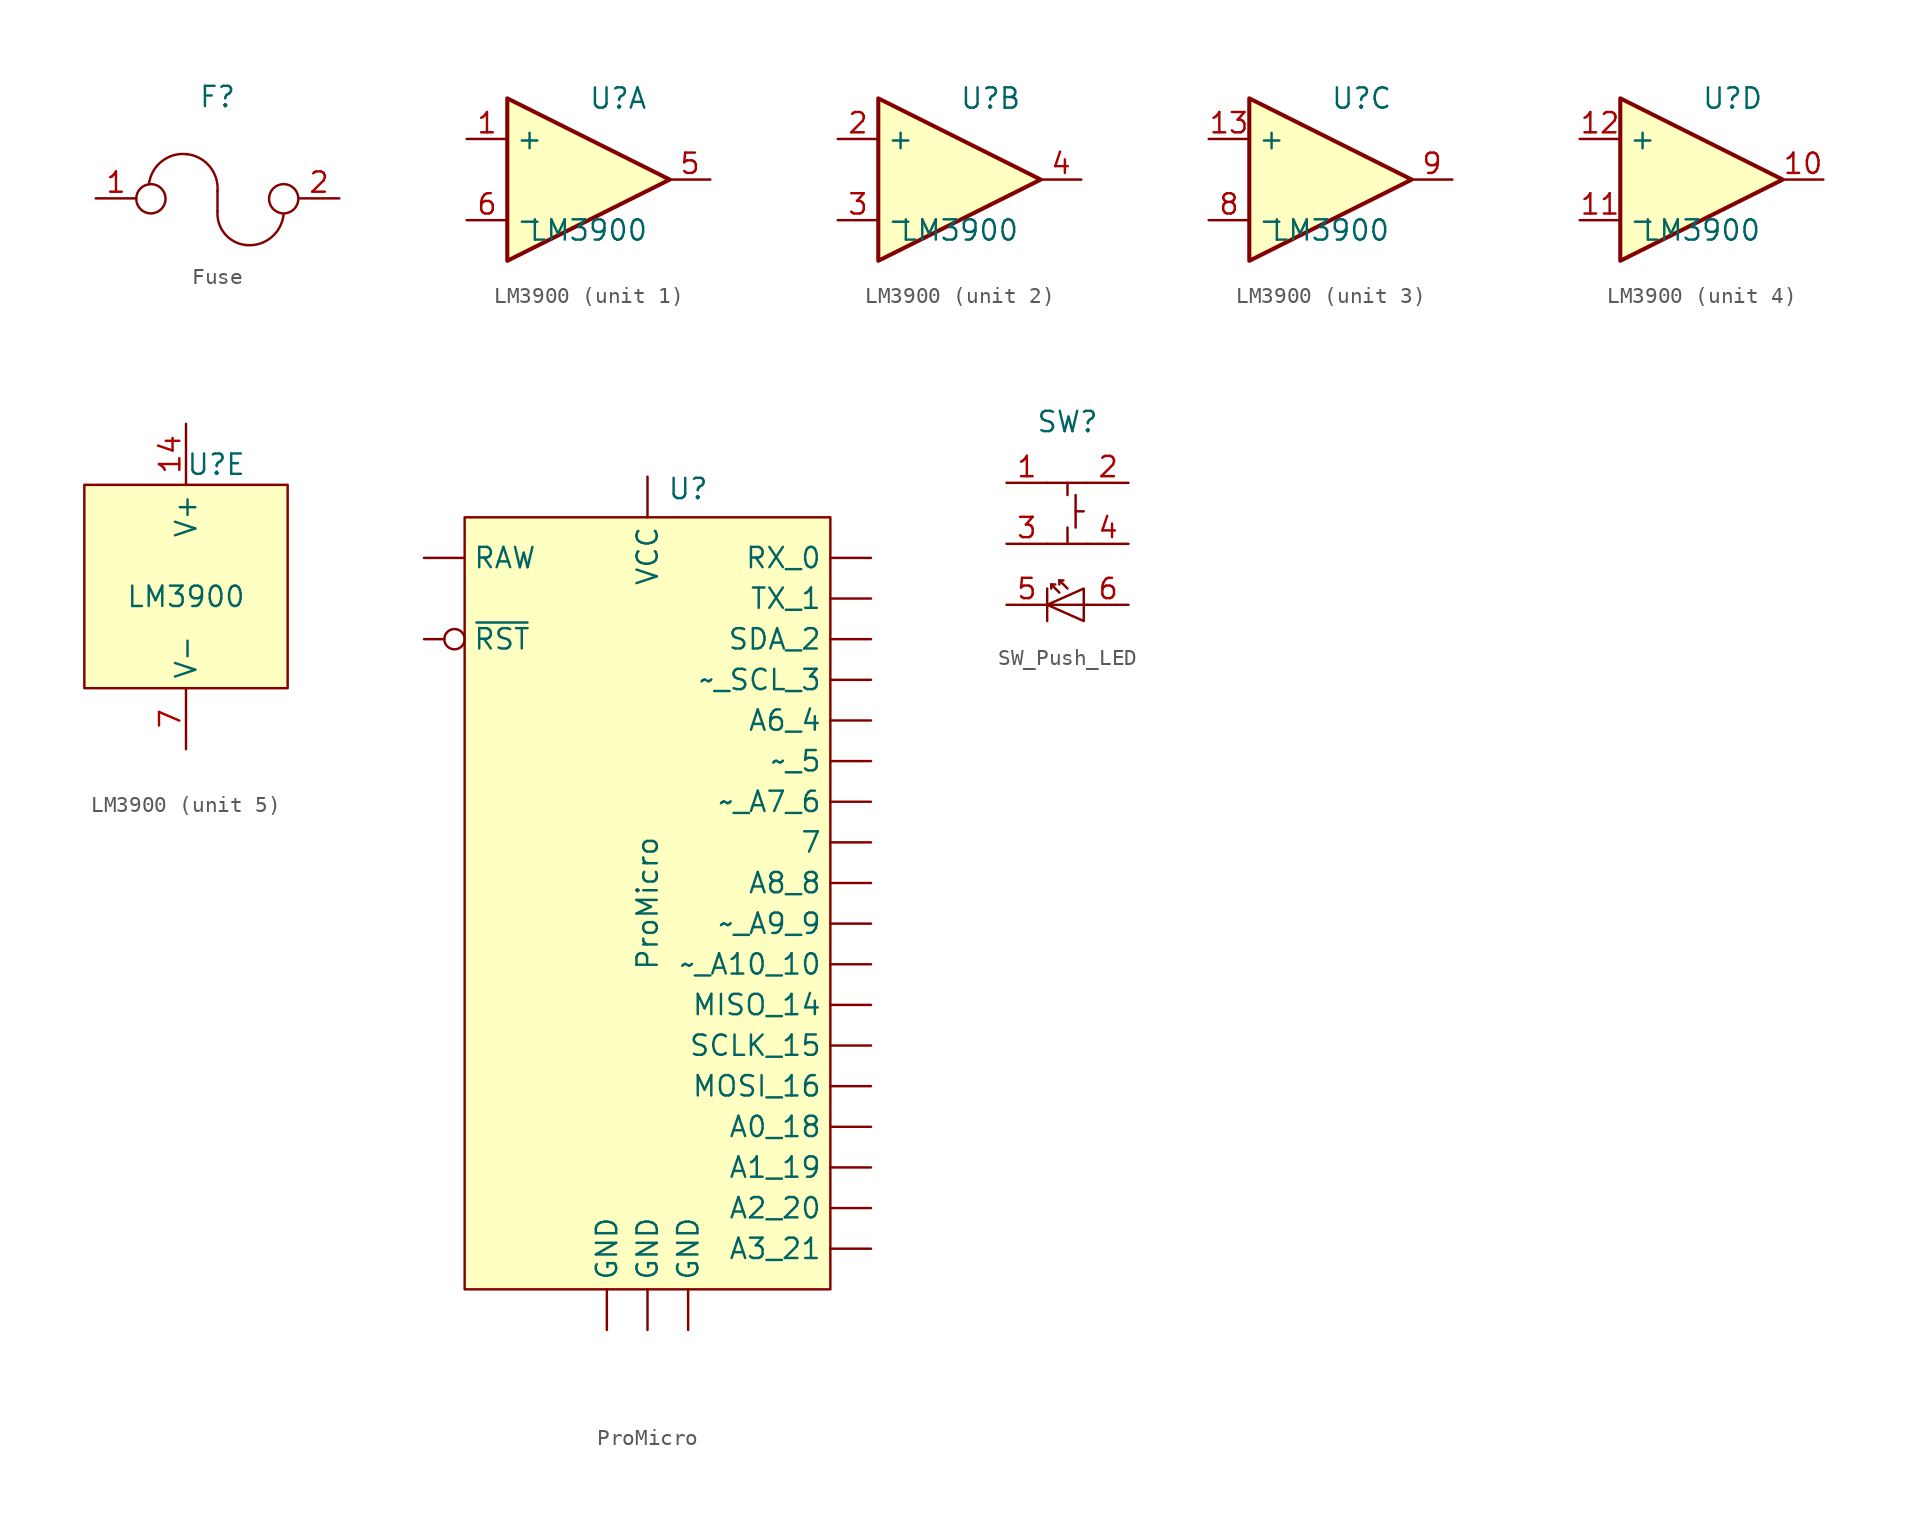
<source format=kicad_sym>
(kicad_symbol_lib
  (version 20241209)
  (generator "kicad_symbol_editor")
  (generator_version "9.0")
  (symbol "Fuse"
    (pin_names
      (hide yes))
    (property "Reference" "F"
      (at 0 0 0)
      (effects (font (size 1.27 1.27))))
    (property "Value" ""
      (at 0 0 0)
      (effects (font (size 1.27 1.27))))
    (symbol "Fuse_0_1"
      (circle (center -4.166 -6.375) (radius 0.916) (stroke (width 0) (type default)) (fill (type none)))
      (arc (start -4.2893 -5.4796) (mid -3.5043 -4.0466) (end -1.9375 -3.5833) (stroke (width 0) (type default)) (fill (type none)))
      (arc (start -1.9558 -3.5814) (mid -0.5035 -4.3357) (end 0 -5.8928) (stroke (width 0) (type default)) (fill (type none)))
      (polyline (pts (xy 0 -5.893) (xy 0 -7.163)) (stroke (width 0) (type default)) (fill (type none)))
      (arc (start 1.8034 -9.271) (mid 0.4705 -8.5857) (end 0 -7.1628) (stroke (width 0) (type default)) (fill (type none)))
      (arc (start 4.1298 -7.3747) (mid 3.3448 -8.8077) (end 1.778 -9.271) (stroke (width 0) (type default)) (fill (type none)))
      (circle (center 4.14 -6.375) (radius 0.916) (stroke (width 0) (type default)) (fill (type none))))
    (symbol "Fuse_1_1"
      (pin passive line (at -7.62 -6.35 0) (length 2.54) (name "A" (effects (font (size 1.27 1.27)))) (number "1" (effects (font (size 1.27 1.27)))))
      (pin passive line (at 7.62 -6.35 180) (length 2.54) (name "B" (effects (font (size 1.27 1.27)))) (number "2" (effects (font (size 1.27 1.27)))))))
  (symbol "LM3900"
    (property "Reference" "U"
      (at 0 5.08 0)
      (effects (font (size 1.27 1.27)) (justify left)))
    (property "Value" "LM3900"
      (at 0 -3.175 0)
      (effects (font (size 1.27 1.27))))
    (property "ki_locked" ""
      (at 0 0 0)
      (effects (font (size 1.27 1.27))))
    (symbol "LM3900_1_1"
      (polyline (pts (xy -5.08 5.08) (xy 5.08 0) (xy -5.08 -5.08) (xy -5.08 5.08)) (stroke (width 0.254) (type default)) (fill (type background)))
      (pin input line (at -7.62 2.54 0) (length 2.54) (name "+" (effects (font (size 1.27 1.27)))) (number "1" (effects (font (size 1.27 1.27)))))
      (pin input line (at -7.62 -2.54 0) (length 2.54) (name "-" (effects (font (size 1.27 1.27)))) (number "6" (effects (font (size 1.27 1.27)))))
      (pin output line (at 7.62 0 180) (length 2.54) (name "~" (effects (font (size 1.27 1.27)))) (number "5" (effects (font (size 1.27 1.27))))))
    (symbol "LM3900_2_1"
      (polyline (pts (xy -5.08 5.08) (xy 5.08 0) (xy -5.08 -5.08) (xy -5.08 5.08)) (stroke (width 0.254) (type default)) (fill (type background)))
      (pin input line (at -7.62 2.54 0) (length 2.54) (name "+" (effects (font (size 1.27 1.27)))) (number "2" (effects (font (size 1.27 1.27)))))
      (pin input line (at -7.62 -2.54 0) (length 2.54) (name "-" (effects (font (size 1.27 1.27)))) (number "3" (effects (font (size 1.27 1.27)))))
      (pin output line (at 7.62 0 180) (length 2.54) (name "~" (effects (font (size 1.27 1.27)))) (number "4" (effects (font (size 1.27 1.27))))))
    (symbol "LM3900_3_1"
      (polyline (pts (xy -5.08 5.08) (xy 5.08 0) (xy -5.08 -5.08) (xy -5.08 5.08)) (stroke (width 0.254) (type default)) (fill (type background)))
      (pin input line (at -7.62 2.54 0) (length 2.54) (name "+" (effects (font (size 1.27 1.27)))) (number "13" (effects (font (size 1.27 1.27)))))
      (pin input line (at -7.62 -2.54 0) (length 2.54) (name "-" (effects (font (size 1.27 1.27)))) (number "8" (effects (font (size 1.27 1.27)))))
      (pin output line (at 7.62 0 180) (length 2.54) (name "~" (effects (font (size 1.27 1.27)))) (number "9" (effects (font (size 1.27 1.27))))))
    (symbol "LM3900_4_1"
      (polyline (pts (xy -5.08 5.08) (xy 5.08 0) (xy -5.08 -5.08) (xy -5.08 5.08)) (stroke (width 0.254) (type default)) (fill (type background)))
      (pin input line (at -7.62 2.54 0) (length 2.54) (name "+" (effects (font (size 1.27 1.27)))) (number "12" (effects (font (size 1.27 1.27)))))
      (pin input line (at -7.62 -2.54 0) (length 2.54) (name "-" (effects (font (size 1.27 1.27)))) (number "11" (effects (font (size 1.27 1.27)))))
      (pin output line (at 7.62 0 180) (length 2.54) (name "~" (effects (font (size 1.27 1.27)))) (number "10" (effects (font (size 1.27 1.27))))))
    (symbol "LM3900_5_1"
      (rectangle (start -6.35 3.81) (end 6.35 -8.89) (stroke (width 0) (type default)) (fill (type background)))
      (pin passive line (at 0 7.62 270) (length 3.81) (name "V+" (effects (font (size 1.27 1.27)))) (number "14" (effects (font (size 1.27 1.27)))))
      (pin passive line (at 0 -12.7 90) (length 3.81) (name "V-" (effects (font (size 1.27 1.27)))) (number "7" (effects (font (size 1.27 1.27)))))))
  (symbol "ProMicro"
    (pin_numbers
      (hide yes))
    (property "Reference" "U"
      (at 2.54 25.908 0)
      (effects (font (size 1.27 1.27))))
    (property "Value" "ProMicro"
      (at 0 0 90)
      (effects (font (size 1.27 1.27))))
    (symbol "ProMicro_1_1"
      (rectangle (start -11.43 24.13) (end 11.43 -24.13) (stroke (width 0) (type default)) (fill (type background)))
      (pin input line (at -13.97 21.59 0) (length 2.54) (name "RAW" (effects (font (size 1.27 1.27)))) (number "24" (effects (font (size 1.27 1.27)))))
      (pin input inverted (at -13.97 16.51 0) (length 2.54) (name "~{RST}" (effects (font (size 1.27 1.27)))) (number "22" (effects (font (size 1.27 1.27)))))
      (pin power_in line (at -2.54 -26.67 90) (length 2.54) (name "GND" (effects (font (size 1.27 1.27)))) (number "3" (effects (font (size 1.27 1.27)))))
      (pin power_in line (at 0 26.67 270) (length 2.54) (name "VCC" (effects (font (size 1.27 1.27)))) (number "21" (effects (font (size 1.27 1.27)))))
      (pin power_in line (at 0 -26.67 90) (length 2.54) (name "GND" (effects (font (size 1.27 1.27)))) (number "4" (effects (font (size 1.27 1.27)))))
      (pin power_in line (at 2.54 -26.67 90) (length 2.54) (name "GND" (effects (font (size 1.27 1.27)))) (number "23" (effects (font (size 1.27 1.27)))))
      (pin bidirectional line (at 13.97 21.59 180) (length 2.54) (name "RX_0" (effects (font (size 1.27 1.27)))) (number "2" (effects (font (size 1.27 1.27)))))
      (pin bidirectional line (at 13.97 19.05 180) (length 2.54) (name "TX_1" (effects (font (size 1.27 1.27)))) (number "1" (effects (font (size 1.27 1.27)))))
      (pin bidirectional line (at 13.97 16.51 180) (length 2.54) (name "SDA_2" (effects (font (size 1.27 1.27)))) (number "5" (effects (font (size 1.27 1.27)))))
      (pin bidirectional line (at 13.97 13.97 180) (length 2.54) (name "~_SCL_3" (effects (font (size 1.27 1.27)))) (number "6" (effects (font (size 1.27 1.27)))))
      (pin bidirectional line (at 13.97 11.43 180) (length 2.54) (name "A6_4" (effects (font (size 1.27 1.27)))) (number "7" (effects (font (size 1.27 1.27)))))
      (pin bidirectional line (at 13.97 8.89 180) (length 2.54) (name "~_5" (effects (font (size 1.27 1.27)))) (number "8" (effects (font (size 1.27 1.27)))))
      (pin bidirectional line (at 13.97 6.35 180) (length 2.54) (name "~_A7_6" (effects (font (size 1.27 1.27)))) (number "9" (effects (font (size 1.27 1.27)))))
      (pin bidirectional line (at 13.97 3.81 180) (length 2.54) (name "7" (effects (font (size 1.27 1.27)))) (number "10" (effects (font (size 1.27 1.27)))))
      (pin bidirectional line (at 13.97 1.27 180) (length 2.54) (name "A8_8" (effects (font (size 1.27 1.27)))) (number "11" (effects (font (size 1.27 1.27)))))
      (pin bidirectional line (at 13.97 -1.27 180) (length 2.54) (name "~_A9_9" (effects (font (size 1.27 1.27)))) (number "12" (effects (font (size 1.27 1.27)))))
      (pin bidirectional line (at 13.97 -3.81 180) (length 2.54) (name "~_A10_10" (effects (font (size 1.27 1.27)))) (number "13" (effects (font (size 1.27 1.27)))))
      (pin bidirectional line (at 13.97 -6.35 180) (length 2.54) (name "MISO_14" (effects (font (size 1.27 1.27)))) (number "15" (effects (font (size 1.27 1.27)))))
      (pin bidirectional line (at 13.97 -8.89 180) (length 2.54) (name "SCLK_15" (effects (font (size 1.27 1.27)))) (number "16" (effects (font (size 1.27 1.27)))))
      (pin bidirectional line (at 13.97 -11.43 180) (length 2.54) (name "MOSI_16" (effects (font (size 1.27 1.27)))) (number "14" (effects (font (size 1.27 1.27)))))
      (pin bidirectional line (at 13.97 -13.97 180) (length 2.54) (name "A0_18" (effects (font (size 1.27 1.27)))) (number "17" (effects (font (size 1.27 1.27)))))
      (pin bidirectional line (at 13.97 -16.51 180) (length 2.54) (name "A1_19" (effects (font (size 1.27 1.27)))) (number "18" (effects (font (size 1.27 1.27)))))
      (pin bidirectional line (at 13.97 -19.05 180) (length 2.54) (name "A2_20" (effects (font (size 1.27 1.27)))) (number "19" (effects (font (size 1.27 1.27)))))
      (pin bidirectional line (at 13.97 -21.59 180) (length 2.54) (name "A3_21" (effects (font (size 1.27 1.27)))) (number "20" (effects (font (size 1.27 1.27)))))))
  (symbol "SW_Push_LED"
    (property "Reference" "SW"
      (at 0 0 0)
      (effects (font (size 1.27 1.27))))
    (property "Value" ""
      (at 0 0 0)
      (effects (font (size 1.27 1.27))))
    (symbol "SW_Push_LED_0_1"
      (polyline (pts (xy -1.27 -10.414) (xy -1.27 -12.446)) (stroke (width 0) (type default)) (fill (type none)))
      (polyline (pts (xy -1.016 -10.16) (xy -1.016 -10.414)) (stroke (width 0) (type default)) (fill (type none)))
      (polyline (pts (xy -1.016 -10.16) (xy -0.762 -10.16)) (stroke (width 0) (type default)) (fill (type none)))
      (polyline (pts (xy -0.508 -9.906) (xy -0.508 -10.16)) (stroke (width 0) (type default)) (fill (type none)))
      (polyline (pts (xy -0.508 -9.906) (xy -0.254 -9.906)) (stroke (width 0) (type default)) (fill (type none)))
      (polyline (pts (xy -0.508 -10.668) (xy -1.016 -10.16)) (stroke (width 0) (type default)) (fill (type none)))
      (polyline (pts (xy 0 -10.414) (xy -0.508 -9.906)) (stroke (width 0) (type default)) (fill (type none)))
      (polyline (pts (xy 1.27 -11.43) (xy -1.27 -11.43) (xy 1.016 -10.414) (xy 1.016 -12.446) (xy -1.27 -11.43)) (stroke (width 0) (type default)) (fill (type none))))
    (symbol "SW_Push_LED_1_1"
      (polyline (pts (xy -1.27 -3.81) (xy 1.27 -3.81)) (stroke (width 0) (type default)) (fill (type none)))
      (polyline (pts (xy -1.27 -7.62) (xy 1.27 -7.62)) (stroke (width 0) (type default)) (fill (type none)))
      (polyline (pts (xy 0 -4.572) (xy 0 -3.81)) (stroke (width 0) (type default)) (fill (type none)))
      (polyline (pts (xy 0 -7.62) (xy 0 -6.604)) (stroke (width 0) (type default)) (fill (type none)))
      (polyline (pts (xy 0.508 -4.572) (xy 0.508 -6.604)) (stroke (width 0) (type default)) (fill (type none)))
      (polyline (pts (xy 0.508 -5.588) (xy 1.016 -5.588)) (stroke (width 0) (type default)) (fill (type none)))
      (pin passive line (at -3.81 -3.81 0) (length 2.54) (name "" (effects (font (size 1.27 1.27)))) (number "1" (effects (font (size 1.27 1.27)))))
      (pin passive line (at -3.81 -7.62 0) (length 2.54) (name "" (effects (font (size 1.27 1.27)))) (number "3" (effects (font (size 1.27 1.27)))))
      (pin passive line (at -3.81 -11.43 0) (length 2.54) (name "" (effects (font (size 1.27 1.27)))) (number "5" (effects (font (size 1.27 1.27)))))
      (pin passive line (at 3.81 -3.81 180) (length 2.54) (name "" (effects (font (size 1.27 1.27)))) (number "2" (effects (font (size 1.27 1.27)))))
      (pin passive line (at 3.81 -7.62 180) (length 2.54) (name "" (effects (font (size 1.27 1.27)))) (number "4" (effects (font (size 1.27 1.27)))))
      (pin passive line (at 3.81 -11.43 180) (length 2.54) (name "" (effects (font (size 1.27 1.27)))) (number "6" (effects (font (size 1.27 1.27))))))))
</source>
